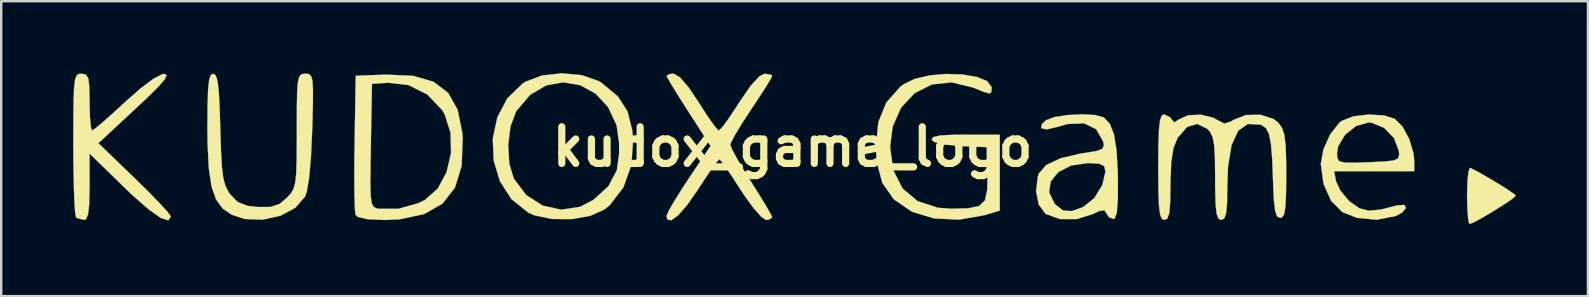
<source format=kicad_pcb>
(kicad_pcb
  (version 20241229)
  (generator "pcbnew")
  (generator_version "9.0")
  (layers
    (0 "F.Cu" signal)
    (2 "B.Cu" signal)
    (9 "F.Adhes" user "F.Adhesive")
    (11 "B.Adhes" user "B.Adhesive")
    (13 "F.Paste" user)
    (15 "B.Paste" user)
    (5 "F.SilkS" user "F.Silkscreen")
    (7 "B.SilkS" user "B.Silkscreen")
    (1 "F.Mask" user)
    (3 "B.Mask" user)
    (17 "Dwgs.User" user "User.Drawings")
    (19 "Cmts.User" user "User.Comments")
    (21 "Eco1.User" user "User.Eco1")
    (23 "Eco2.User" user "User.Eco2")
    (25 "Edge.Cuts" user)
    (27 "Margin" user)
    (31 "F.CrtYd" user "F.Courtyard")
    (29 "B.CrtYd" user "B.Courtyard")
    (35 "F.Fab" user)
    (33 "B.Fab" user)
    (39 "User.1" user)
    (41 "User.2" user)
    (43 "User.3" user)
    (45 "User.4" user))
  (footprint "kudox_game_logo"
    (layer "F.Cu")
    (at 29.977 3.069)
    (property "Reference" "kudox_game_logo" (at 0 0 0) (layer "F.SilkS") (effects (font (size 1.524 1.524) (thickness 0.3))))
    (attr through_hole)
    (fp_poly (pts (xy 28.238 0.875) (xy 28.562 1.04) (xy 29.003 1.291) (xy 29.47 1.572) (xy 29.869 1.826) (xy 30.11 1.998) (xy 30.141 2.035) (xy 30.009 2.156) (xy 29.675 2.385) (xy 29.234 2.663) (xy 28.78 2.933) (xy 28.407 3.137) (xy 28.21 3.217) (xy 28.161 3.062) (xy 28.125 2.654) (xy 28.109 2.077) (xy 28.109 2.018) (xy 28.126 1.44) (xy 28.169 1.032) (xy 28.23 0.874) (xy 28.238 0.875)) (stroke (width 0.01) (type solid)) (fill yes) (layer "F.SilkS"))
    (fp_poly (pts (xy -15.815 -2.96) (xy -14.96 -2.712) (xy -14.348 -2.245) (xy -13.956 -1.542) (xy -13.763 -0.586) (xy -13.746 -0.356) (xy -13.789 0.792) (xy -14.066 1.696) (xy -14.584 2.364) (xy -15.35 2.803) (xy -16.37 3.02) (xy -16.992 3.048) (xy -17.714 3.017) (xy -18.117 2.921) (xy -18.213 2.83) (xy -18.238 2.594) (xy -18.255 2.081) (xy -18.259 1.622) (xy -17.593 1.622) (xy -17.576 2.081) (xy -17.534 2.356) (xy -17.459 2.499) (xy -17.344 2.56) (xy -17.234 2.583) (xy -16.433 2.582) (xy -15.598 2.35) (xy -15.325 2.217) (xy -14.785 1.739) (xy -14.415 1.051) (xy -14.231 0.245) (xy -14.251 -0.584) (xy -14.493 -1.345) (xy -14.608 -1.541) (xy -15.223 -2.182) (xy -16.005 -2.573) (xy -16.849 -2.671) (xy -17.526 -2.625) (xy -17.573 -0.055) (xy -17.589 0.927) (xy -17.593 1.622) (xy -18.259 1.622) (xy -18.262 1.353) (xy -18.259 0.473) (xy -18.25 -0.176) (xy -18.203 -2.963) (xy -16.933 -3.009) (xy -15.815 -2.96)) (stroke (width 0.01) (type solid)) (fill yes) (layer "F.SilkS"))
    (fp_poly (pts (xy -8.781 -2.986) (xy -8.076 -2.74) (xy -7.957 -2.667) (xy -7.286 -2.108) (xy -6.879 -1.483) (xy -6.679 -0.687) (xy -6.643 -0.295) (xy -6.717 0.763) (xy -7.049 1.69) (xy -7.613 2.426) (xy -7.833 2.607) (xy -8.427 2.876) (xy -9.201 3.012) (xy -10.02 3.007) (xy -10.751 2.857) (xy -11.007 2.745) (xy -11.711 2.183) (xy -12.194 1.434) (xy -12.455 0.568) (xy -12.481 -0.073) (xy -11.85 -0.073) (xy -11.803 0.708) (xy -11.617 1.321) (xy -11.096 2.01) (xy -10.415 2.449) (xy -9.646 2.619) (xy -8.859 2.5) (xy -8.308 2.217) (xy -7.674 1.643) (xy -7.321 0.971) (xy -7.203 0.112) (xy -7.202 0.033) (xy -7.331 -0.897) (xy -7.684 -1.653) (xy -8.206 -2.216) (xy -8.845 -2.567) (xy -9.547 -2.689) (xy -10.261 -2.563) (xy -10.933 -2.17) (xy -11.51 -1.491) (xy -11.522 -1.472) (xy -11.754 -0.852) (xy -11.85 -0.073) (xy -12.481 -0.073) (xy -12.492 -0.344) (xy -12.302 -1.23) (xy -11.886 -2.02) (xy -11.241 -2.642) (xy -11.135 -2.71) (xy -10.447 -2.973) (xy -9.617 -3.064) (xy -8.781 -2.986)) (stroke (width 0.01) (type solid)) (fill yes) (layer "F.SilkS"))
    (fp_poly (pts (xy 7.083 -3.015) (xy 7.679 -2.915) (xy 8.109 -2.74) (xy 8.295 -2.493) (xy 8.297 -2.46) (xy 8.287 -2.279) (xy 8.201 -2.223) (xy 7.958 -2.293) (xy 7.52 -2.473) (xy 6.63 -2.687) (xy 5.803 -2.598) (xy 5.087 -2.237) (xy 4.527 -1.639) (xy 4.172 -0.839) (xy 4.065 0) (xy 4.198 0.977) (xy 4.586 1.736) (xy 5.212 2.263) (xy 6.061 2.539) (xy 6.608 2.579) (xy 7.329 2.56) (xy 7.777 2.465) (xy 8.016 2.233) (xy 8.111 1.804) (xy 8.128 1.182) (xy 8.128 0.015) (xy 6.998 -0.035) (xy 6.314 -0.096) (xy 5.902 -0.205) (xy 5.799 -0.296) (xy 5.855 -0.405) (xy 6.136 -0.471) (xy 6.686 -0.503) (xy 7.183 -0.508) (xy 8.636 -0.508) (xy 8.636 2.656) (xy 7.981 2.852) (xy 6.941 3.033) (xy 5.902 2.984) (xy 4.991 2.71) (xy 4.957 2.694) (xy 4.219 2.185) (xy 3.741 1.502) (xy 3.505 0.609) (xy 3.471 0) (xy 3.577 -1.033) (xy 3.908 -1.848) (xy 4.489 -2.5) (xy 4.62 -2.602) (xy 5.091 -2.833) (xy 5.711 -2.977) (xy 6.401 -3.037) (xy 7.083 -3.015)) (stroke (width 0.01) (type solid)) (fill yes) (layer "F.SilkS"))
    (fp_poly (pts (xy 24.653 -1.307) (xy 25.087 -1.172) (xy 25.417 -0.847) (xy 25.702 -0.319) (xy 25.879 0.279) (xy 25.908 0.587) (xy 25.908 1.016) (xy 22.568 1.016) (xy 22.65 1.441) (xy 22.831 1.827) (xy 23.173 2.234) (xy 23.252 2.305) (xy 23.622 2.559) (xy 24.006 2.661) (xy 24.504 2.617) (xy 25.188 2.442) (xy 25.495 2.419) (xy 25.563 2.546) (xy 25.405 2.74) (xy 25.135 2.883) (xy 24.343 3.038) (xy 23.521 2.96) (xy 22.913 2.718) (xy 22.44 2.245) (xy 22.127 1.544) (xy 22.014 0.714) (xy 22.097 0.253) (xy 22.691 0.253) (xy 22.702 0.473) (xy 22.785 0.6) (xy 23.007 0.656) (xy 23.441 0.661) (xy 24.003 0.642) (xy 24.661 0.612) (xy 25.048 0.568) (xy 25.232 0.484) (xy 25.28 0.335) (xy 25.269 0.176) (xy 25.064 -0.365) (xy 24.649 -0.793) (xy 24.13 -1.007) (xy 24.008 -1.016) (xy 23.486 -0.871) (xy 23.027 -0.506) (xy 22.738 -0.024) (xy 22.691 0.253) (xy 22.097 0.253) (xy 22.125 0.1) (xy 22.41 -0.527) (xy 22.791 -1.008) (xy 22.88 -1.079) (xy 23.363 -1.269) (xy 24.007 -1.347) (xy 24.653 -1.307)) (stroke (width 0.01) (type solid)) (fill yes) (layer "F.SilkS"))
    (fp_poly (pts (xy -29.455 -3.016) (xy -29.353 -2.872) (xy -29.307 -2.543) (xy -29.295 -1.957) (xy -29.295 -1.863) (xy -29.281 -1.278) (xy -29.246 -0.855) (xy -29.196 -0.678) (xy -29.192 -0.677) (xy -29.033 -0.786) (xy -28.685 -1.079) (xy -28.206 -1.507) (xy -27.82 -1.863) (xy -27.161 -2.443) (xy -26.626 -2.842) (xy -26.259 -3.03) (xy -26.187 -3.041) (xy -26.085 -2.989) (xy -26.155 -2.822) (xy -26.422 -2.512) (xy -26.909 -2.031) (xy -27.375 -1.593) (xy -28.927 -0.153) (xy -27.417 1.303) (xy -26.84 1.87) (xy -26.365 2.359) (xy -26.039 2.718) (xy -25.909 2.898) (xy -25.908 2.903) (xy -26.012 3.064) (xy -26.318 2.968) (xy -26.815 2.621) (xy -27.493 2.029) (xy -27.876 1.663) (xy -29.295 0.279) (xy -29.295 1.663) (xy -29.31 2.39) (xy -29.359 2.827) (xy -29.452 3.024) (xy -29.52 3.048) (xy -29.808 2.973) (xy -29.859 2.935) (xy -29.896 2.737) (xy -29.928 2.257) (xy -29.952 1.553) (xy -29.968 0.682) (xy -29.972 -0.113) (xy -29.97 -1.173) (xy -29.962 -1.942) (xy -29.94 -2.466) (xy -29.901 -2.791) (xy -29.839 -2.966) (xy -29.748 -3.036) (xy -29.633 -3.048) (xy -29.455 -3.016)) (stroke (width 0.01) (type solid)) (fill yes) (layer "F.SilkS"))
    (fp_poly (pts (xy -24.041 -2.986) (xy -23.967 -2.767) (xy -23.913 -2.347) (xy -23.875 -1.678) (xy -23.847 -0.774) (xy -23.818 0.173) (xy -23.779 0.846) (xy -23.72 1.311) (xy -23.631 1.635) (xy -23.503 1.882) (xy -23.436 1.978) (xy -23.121 2.3) (xy -22.715 2.458) (xy -22.294 2.507) (xy -21.747 2.505) (xy -21.377 2.378) (xy -21.084 2.134) (xy -20.915 1.952) (xy -20.799 1.759) (xy -20.724 1.494) (xy -20.682 1.093) (xy -20.664 0.497) (xy -20.659 -0.359) (xy -20.659 -0.67) (xy -20.657 -1.609) (xy -20.645 -2.261) (xy -20.616 -2.679) (xy -20.562 -2.915) (xy -20.475 -3.02) (xy -20.348 -3.047) (xy -20.304 -3.048) (xy -20.163 -3.035) (xy -20.067 -2.961) (xy -20.01 -2.773) (xy -19.986 -2.418) (xy -19.987 -1.845) (xy -20.008 -0.999) (xy -20.016 -0.72) (xy -20.066 0.395) (xy -20.142 1.266) (xy -20.241 1.858) (xy -20.31 2.066) (xy -20.717 2.539) (xy -21.34 2.87) (xy -22.079 3.034) (xy -22.832 3.006) (xy -23.368 2.831) (xy -23.748 2.571) (xy -24.025 2.191) (xy -24.214 1.645) (xy -24.327 0.885) (xy -24.377 -0.138) (xy -24.384 -0.804) (xy -24.378 -1.739) (xy -24.356 -2.383) (xy -24.313 -2.784) (xy -24.244 -2.99) (xy -24.143 -3.048) (xy -24.143 -3.048) (xy -24.041 -2.986)) (stroke (width 0.01) (type solid)) (fill yes) (layer "F.SilkS"))
    (fp_poly (pts (xy -0.898 -3.006) (xy -0.847 -2.956) (xy -0.935 -2.784) (xy -1.173 -2.4) (xy -1.518 -1.872) (xy -1.722 -1.567) (xy -2.106 -0.978) (xy -2.405 -0.485) (xy -2.574 -0.16) (xy -2.596 -0.085) (xy -2.51 0.13) (xy -2.277 0.555) (xy -1.94 1.118) (xy -1.722 1.464) (xy -1.345 2.062) (xy -1.049 2.552) (xy -0.876 2.865) (xy -0.847 2.938) (xy -0.985 3.035) (xy -1.105 3.048) (xy -1.307 2.913) (xy -1.624 2.553) (xy -2.002 2.034) (xy -2.164 1.787) (xy -2.529 1.224) (xy -2.828 0.788) (xy -3.014 0.546) (xy -3.048 0.517) (xy -3.17 0.646) (xy -3.426 0.999) (xy -3.769 1.51) (xy -3.941 1.778) (xy -4.386 2.418) (xy -4.768 2.855) (xy -5.057 3.065) (xy -5.222 3.023) (xy -5.249 2.874) (xy -5.16 2.667) (xy -4.921 2.25) (xy -4.572 1.695) (xy -4.333 1.332) (xy -3.417 -0.036) (xy -4.333 -1.456) (xy -4.72 -2.063) (xy -5.026 -2.559) (xy -5.212 -2.879) (xy -5.249 -2.962) (xy -5.109 -3.035) (xy -4.95 -3.048) (xy -4.692 -2.898) (xy -4.326 -2.471) (xy -3.918 -1.863) (xy -3.569 -1.317) (xy -3.279 -0.904) (xy -3.099 -0.692) (xy -3.072 -0.677) (xy -2.935 -0.811) (xy -2.672 -1.166) (xy -2.332 -1.676) (xy -2.213 -1.863) (xy -1.745 -2.544) (xy -1.377 -2.943) (xy -1.158 -3.048) (xy -0.898 -3.006)) (stroke (width 0.01) (type solid)) (fill yes) (layer "F.SilkS"))
    (fp_poly (pts (xy 12.62 -1.324) (xy 12.967 -1.228) (xy 12.971 -1.225) (xy 13.222 -0.959) (xy 13.395 -0.52) (xy 13.502 0.144) (xy 13.555 1.084) (xy 13.559 1.274) (xy 13.558 2.177) (xy 13.512 2.75) (xy 13.42 3.001) (xy 13.401 3.012) (xy 13.185 2.937) (xy 13.107 2.812) (xy 13.001 2.648) (xy 12.803 2.665) (xy 12.523 2.798) (xy 11.845 3.011) (xy 11.143 3.011) (xy 10.558 2.799) (xy 10.536 2.784) (xy 10.259 2.405) (xy 10.157 1.896) (xy 10.692 1.896) (xy 10.917 2.364) (xy 10.948 2.4) (xy 11.27 2.654) (xy 11.638 2.678) (xy 12.112 2.507) (xy 12.573 2.14) (xy 12.913 1.587) (xy 13.039 1.024) (xy 12.99 0.805) (xy 12.784 0.703) (xy 12.335 0.677) (xy 12.3 0.677) (xy 11.604 0.78) (xy 11.077 1.052) (xy 10.759 1.441) (xy 10.692 1.896) (xy 10.157 1.896) (xy 10.148 1.847) (xy 10.222 1.238) (xy 10.265 1.108) (xy 10.569 0.76) (xy 11.164 0.477) (xy 12.007 0.279) (xy 12.156 0.257) (xy 12.671 0.174) (xy 12.92 0.076) (xy 12.976 -0.079) (xy 12.943 -0.228) (xy 12.649 -0.738) (xy 12.152 -0.979) (xy 11.46 -0.951) (xy 11.023 -0.827) (xy 10.586 -0.727) (xy 10.361 -0.778) (xy 10.393 -0.95) (xy 10.574 -1.115) (xy 10.921 -1.243) (xy 11.466 -1.325) (xy 12.076 -1.354) (xy 12.62 -1.324)) (stroke (width 0.01) (type solid)) (fill yes) (layer "F.SilkS"))
    (fp_poly (pts (xy 15.746 -1.227) (xy 15.797 -1.143) (xy 15.91 -1.016) (xy 16.099 -1.143) (xy 16.486 -1.315) (xy 17.014 -1.339) (xy 17.524 -1.217) (xy 17.701 -1.118) (xy 17.998 -0.967) (xy 18.278 -1.06) (xy 18.364 -1.118) (xy 18.891 -1.325) (xy 19.499 -1.337) (xy 20.039 -1.165) (xy 20.251 -0.998) (xy 20.399 -0.788) (xy 20.495 -0.501) (xy 20.548 -0.065) (xy 20.571 0.591) (xy 20.574 1.161) (xy 20.566 1.979) (xy 20.538 2.513) (xy 20.482 2.818) (xy 20.391 2.947) (xy 20.32 2.963) (xy 20.194 2.899) (xy 20.11 2.667) (xy 20.057 2.212) (xy 20.025 1.477) (xy 20.024 1.439) (xy 19.989 0.515) (xy 19.936 -0.126) (xy 19.853 -0.54) (xy 19.727 -0.781) (xy 19.547 -0.906) (xy 19.497 -0.924) (xy 18.971 -0.953) (xy 18.57 -0.669) (xy 18.295 -0.073) (xy 18.147 0.833) (xy 18.119 1.6) (xy 18.108 2.322) (xy 18.069 2.765) (xy 17.991 2.987) (xy 17.865 3.048) (xy 17.748 2.993) (xy 17.672 2.792) (xy 17.63 2.389) (xy 17.612 1.729) (xy 17.611 1.296) (xy 17.603 0.484) (xy 17.571 -0.062) (xy 17.505 -0.41) (xy 17.393 -0.634) (xy 17.284 -0.751) (xy 16.865 -0.956) (xy 16.447 -0.832) (xy 16.056 -0.385) (xy 16.039 -0.355) (xy 15.875 0.048) (xy 15.782 0.619) (xy 15.749 1.437) (xy 15.748 1.592) (xy 15.737 2.317) (xy 15.699 2.761) (xy 15.621 2.986) (xy 15.496 3.048) (xy 15.494 3.048) (xy 15.388 2.999) (xy 15.316 2.818) (xy 15.271 2.456) (xy 15.247 1.862) (xy 15.24 0.987) (xy 15.24 0.847) (xy 15.246 -0.079) (xy 15.269 -0.714) (xy 15.314 -1.106) (xy 15.385 -1.304) (xy 15.48 -1.355) (xy 15.746 -1.227)) (stroke (width 0.01) (type solid)) (fill yes) (layer "F.SilkS")))
  (gr_rect
    (start -3 -3)
    (end 63.123 9.292)
    (stroke (width 0.1) (type default))
    (fill no)
    (layer "Edge.Cuts")))
</source>
